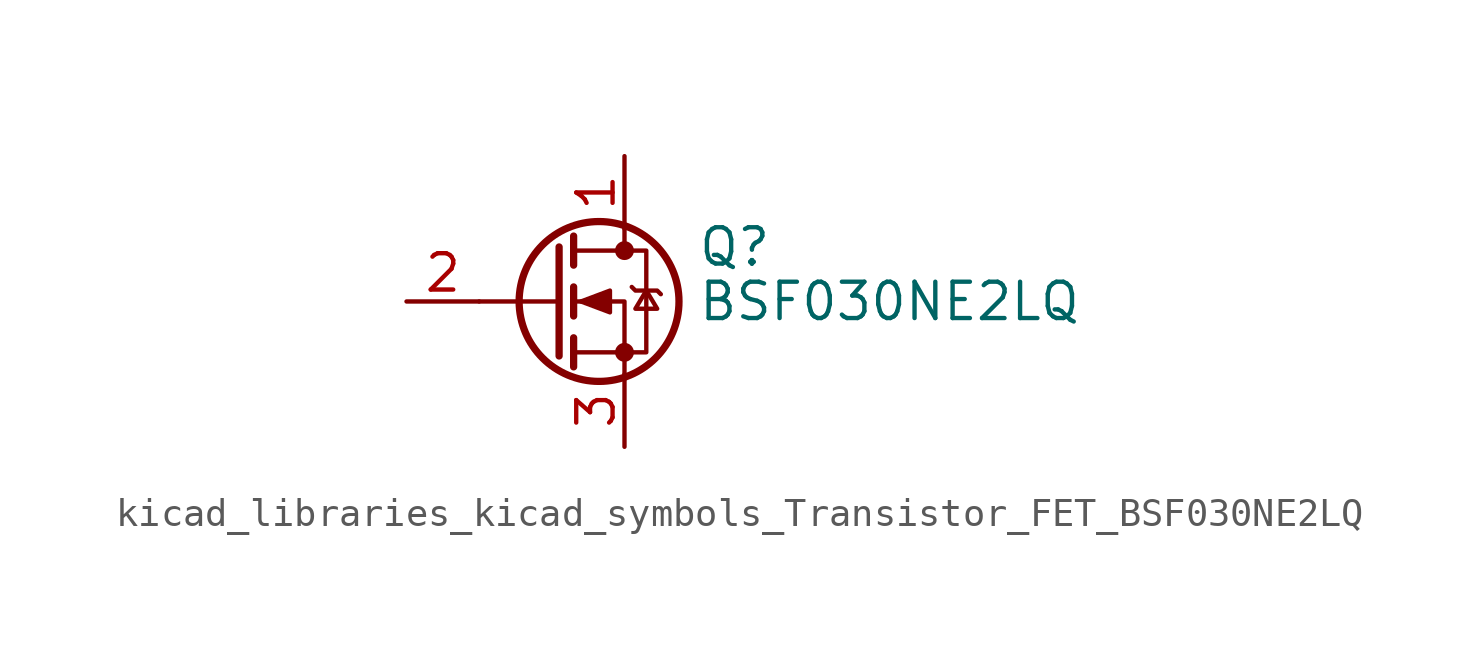
<source format=kicad_sym>
(kicad_symbol_lib
  (version 20220914)
  (generator kicad_symbol_editor)
  (symbol "kicad_libraries_kicad_symbols_Transistor_FET_BSF030NE2LQ"
    (pin_names hide)
    (property "Reference" "Q"
      (at 5.08 1.905 0)
      (effects (font (size 1.27 1.27)) (justify left)))
    (property "Value" "BSF030NE2LQ"
      (at 5.08 0 0)
      (effects (font (size 1.27 1.27)) (justify left)))
    (symbol "kicad_libraries_kicad_symbols_Transistor_FET_BSF030NE2LQ_0_1"
      (polyline (pts (xy 0.254 0) (xy -2.54 0)) (stroke (width 0) (type default)) (fill (type none)))
      (polyline (pts (xy 0.254 1.905) (xy 0.254 -1.905)) (stroke (width 0.254) (type default)) (fill (type none)))
      (polyline (pts (xy 0.762 -1.27) (xy 0.762 -2.286)) (stroke (width 0.254) (type default)) (fill (type none)))
      (polyline (pts (xy 0.762 0.508) (xy 0.762 -0.508)) (stroke (width 0.254) (type default)) (fill (type none)))
      (polyline (pts (xy 0.762 2.286) (xy 0.762 1.27)) (stroke (width 0.254) (type default)) (fill (type none)))
      (polyline (pts (xy 2.54 2.54) (xy 2.54 1.778)) (stroke (width 0) (type default)) (fill (type none)))
      (polyline (pts (xy 2.54 -2.54) (xy 2.54 0) (xy 0.762 0)) (stroke (width 0) (type default)) (fill (type none)))
      (polyline (pts (xy 0.762 -1.778) (xy 3.302 -1.778) (xy 3.302 1.778) (xy 0.762 1.778)) (stroke (width 0) (type default)) (fill (type none)))
      (polyline (pts (xy 1.016 0) (xy 2.032 0.381) (xy 2.032 -0.381) (xy 1.016 0)) (stroke (width 0) (type default)) (fill (type outline)))
      (polyline (pts (xy 2.794 0.508) (xy 2.921 0.381) (xy 3.683 0.381) (xy 3.81 0.254)) (stroke (width 0) (type default)) (fill (type none)))
      (polyline (pts (xy 3.302 0.381) (xy 2.921 -0.254) (xy 3.683 -0.254) (xy 3.302 0.381)) (stroke (width 0) (type default)) (fill (type none)))
      (circle (center 1.651 0) (radius 2.794) (stroke (width 0.254) (type default)) (fill (type none)))
      (circle (center 2.54 -1.778) (radius 0.254) (stroke (width 0) (type default)) (fill (type outline)))
      (circle (center 2.54 1.778) (radius 0.254) (stroke (width 0) (type default)) (fill (type outline))))
    (symbol "kicad_libraries_kicad_symbols_Transistor_FET_BSF030NE2LQ_1_1"
      (pin passive line (at 2.54 5.08 270) (length 2.54) (name "D" (effects (font (size 1.27 1.27)))) (number "1" (effects (font (size 1.27 1.27)))))
      (pin input line (at -5.08 0 0) (length 2.54) (name "G" (effects (font (size 1.27 1.27)))) (number "2" (effects (font (size 1.27 1.27)))))
      (pin passive line (at 2.54 -5.08 90) (length 2.54) (name "S" (effects (font (size 1.27 1.27)))) (number "3" (effects (font (size 1.27 1.27))))))))
</source>
